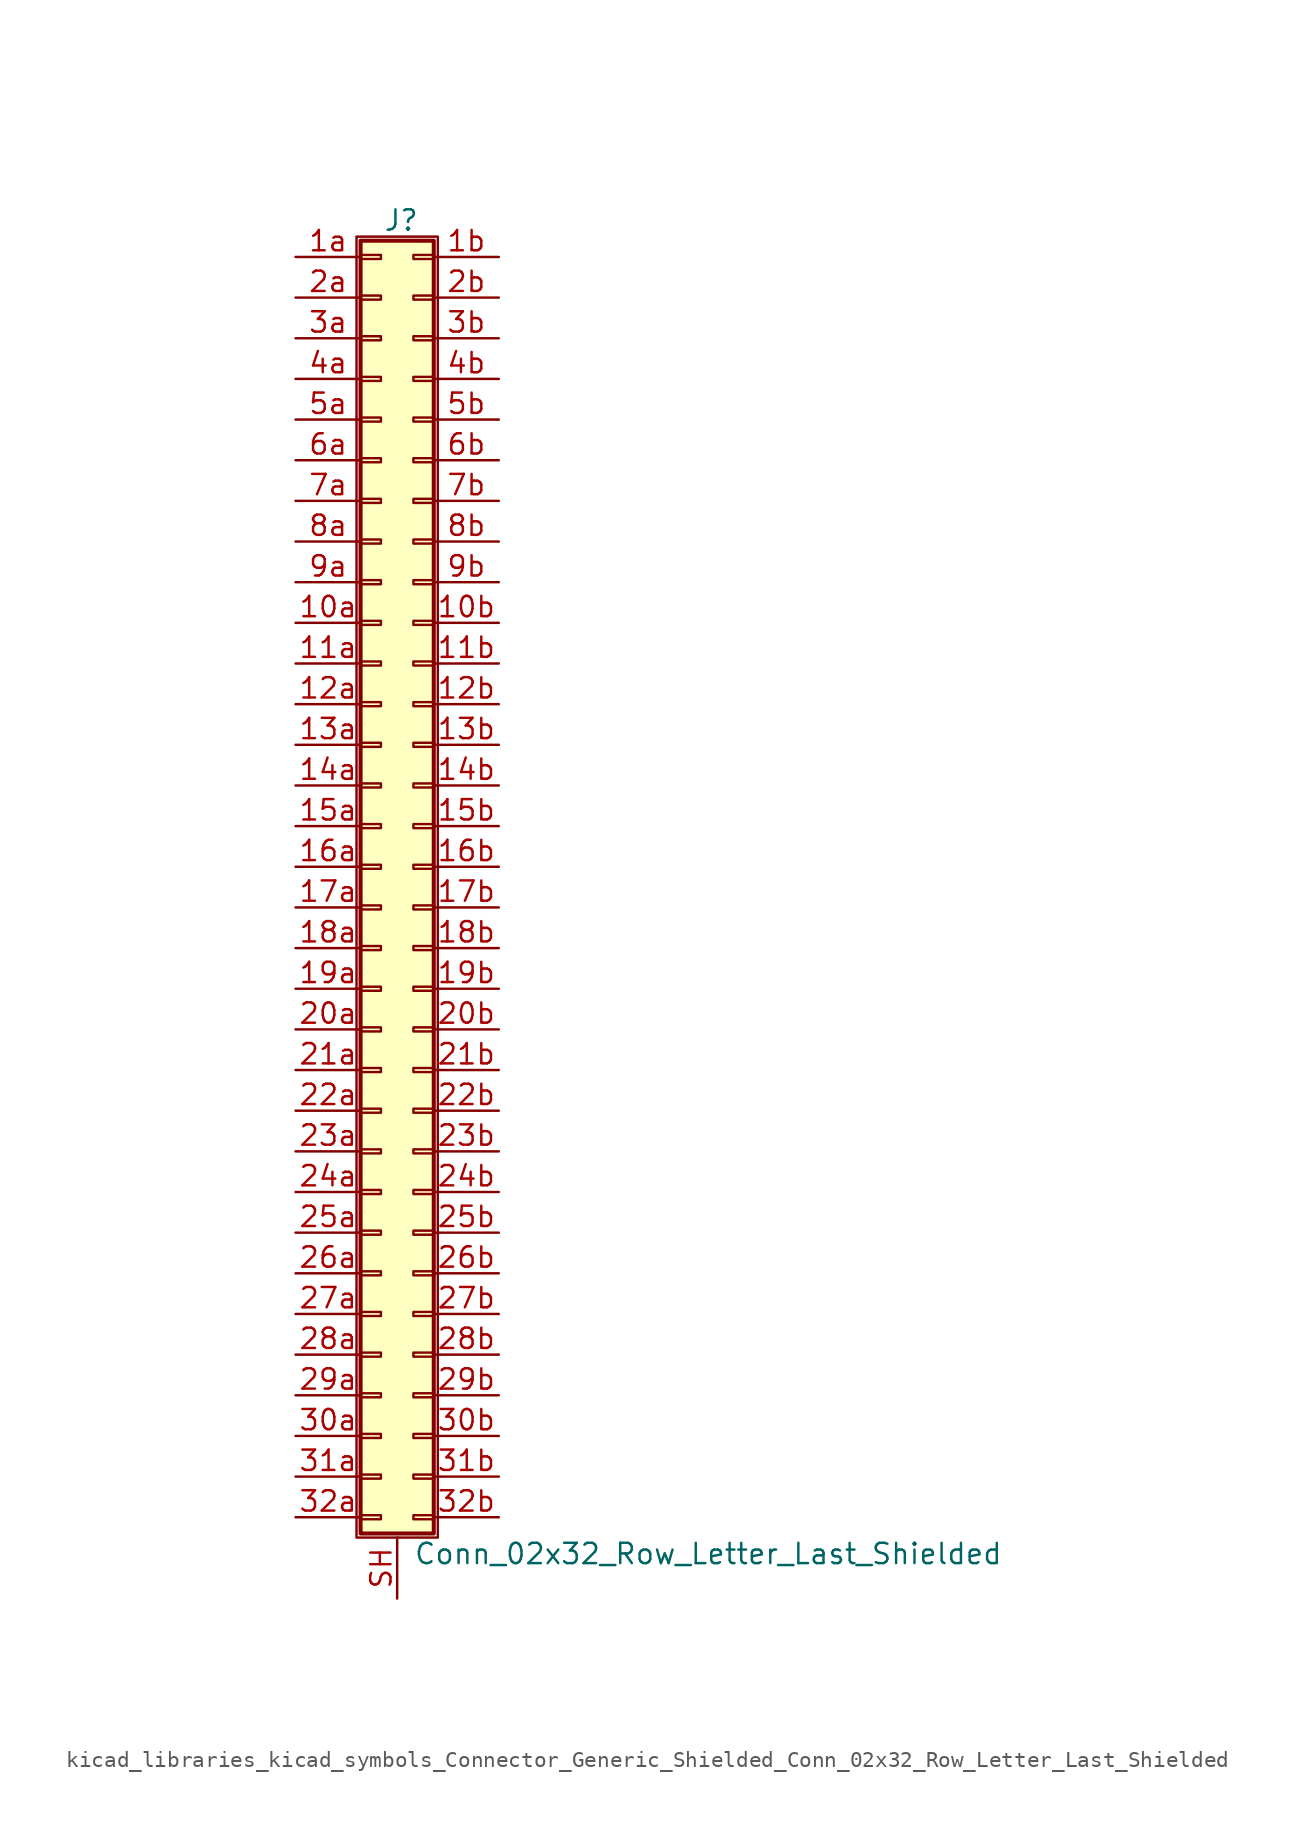
<source format=kicad_sym>
(kicad_symbol_lib
  (version 20220914)
  (generator kicad_symbol_editor)
  (symbol "kicad_libraries_kicad_symbols_Connector_Generic_Shielded_Conn_02x32_Row_Letter_Last_Shielded"
    (pin_names
      (offset 1.016) hide)
    (property "Reference" "J"
      (at 1.524 40.386 0)
      (effects (font (size 1.27 1.27))))
    (property "Value" "Conn_02x32_Row_Letter_Last_Shielded"
      (at 2.286 -42.926 0)
      (effects (font (size 1.27 1.27)) (justify left)))
    (symbol "kicad_libraries_kicad_symbols_Connector_Generic_Shielded_Conn_02x32_Row_Letter_Last_Shielded_1_1"
      (rectangle (start -1.27 39.37) (end 3.81 -41.91) (stroke (width 0.152) (type default)) (fill (type none)))
      (rectangle (start -1.016 -40.513) (end 0.254 -40.767) (stroke (width 0.152) (type default)) (fill (type none)))
      (rectangle (start -1.016 -37.973) (end 0.254 -38.227) (stroke (width 0.152) (type default)) (fill (type none)))
      (rectangle (start -1.016 -35.433) (end 0.254 -35.687) (stroke (width 0.152) (type default)) (fill (type none)))
      (rectangle (start -1.016 -32.893) (end 0.254 -33.147) (stroke (width 0.152) (type default)) (fill (type none)))
      (rectangle (start -1.016 -30.353) (end 0.254 -30.607) (stroke (width 0.152) (type default)) (fill (type none)))
      (rectangle (start -1.016 -27.813) (end 0.254 -28.067) (stroke (width 0.152) (type default)) (fill (type none)))
      (rectangle (start -1.016 -25.273) (end 0.254 -25.527) (stroke (width 0.152) (type default)) (fill (type none)))
      (rectangle (start -1.016 -22.733) (end 0.254 -22.987) (stroke (width 0.152) (type default)) (fill (type none)))
      (rectangle (start -1.016 -20.193) (end 0.254 -20.447) (stroke (width 0.152) (type default)) (fill (type none)))
      (rectangle (start -1.016 -17.653) (end 0.254 -17.907) (stroke (width 0.152) (type default)) (fill (type none)))
      (rectangle (start -1.016 -15.113) (end 0.254 -15.367) (stroke (width 0.152) (type default)) (fill (type none)))
      (rectangle (start -1.016 -12.573) (end 0.254 -12.827) (stroke (width 0.152) (type default)) (fill (type none)))
      (rectangle (start -1.016 -10.033) (end 0.254 -10.287) (stroke (width 0.152) (type default)) (fill (type none)))
      (rectangle (start -1.016 -7.493) (end 0.254 -7.747) (stroke (width 0.152) (type default)) (fill (type none)))
      (rectangle (start -1.016 -4.953) (end 0.254 -5.207) (stroke (width 0.152) (type default)) (fill (type none)))
      (rectangle (start -1.016 -2.413) (end 0.254 -2.667) (stroke (width 0.152) (type default)) (fill (type none)))
      (rectangle (start -1.016 0.127) (end 0.254 -0.127) (stroke (width 0.152) (type default)) (fill (type none)))
      (rectangle (start -1.016 2.667) (end 0.254 2.413) (stroke (width 0.152) (type default)) (fill (type none)))
      (rectangle (start -1.016 5.207) (end 0.254 4.953) (stroke (width 0.152) (type default)) (fill (type none)))
      (rectangle (start -1.016 7.747) (end 0.254 7.493) (stroke (width 0.152) (type default)) (fill (type none)))
      (rectangle (start -1.016 10.287) (end 0.254 10.033) (stroke (width 0.152) (type default)) (fill (type none)))
      (rectangle (start -1.016 12.827) (end 0.254 12.573) (stroke (width 0.152) (type default)) (fill (type none)))
      (rectangle (start -1.016 15.367) (end 0.254 15.113) (stroke (width 0.152) (type default)) (fill (type none)))
      (rectangle (start -1.016 17.907) (end 0.254 17.653) (stroke (width 0.152) (type default)) (fill (type none)))
      (rectangle (start -1.016 20.447) (end 0.254 20.193) (stroke (width 0.152) (type default)) (fill (type none)))
      (rectangle (start -1.016 22.987) (end 0.254 22.733) (stroke (width 0.152) (type default)) (fill (type none)))
      (rectangle (start -1.016 25.527) (end 0.254 25.273) (stroke (width 0.152) (type default)) (fill (type none)))
      (rectangle (start -1.016 28.067) (end 0.254 27.813) (stroke (width 0.152) (type default)) (fill (type none)))
      (rectangle (start -1.016 30.607) (end 0.254 30.353) (stroke (width 0.152) (type default)) (fill (type none)))
      (rectangle (start -1.016 33.147) (end 0.254 32.893) (stroke (width 0.152) (type default)) (fill (type none)))
      (rectangle (start -1.016 35.687) (end 0.254 35.433) (stroke (width 0.152) (type default)) (fill (type none)))
      (rectangle (start -1.016 38.227) (end 0.254 37.973) (stroke (width 0.152) (type default)) (fill (type none)))
      (rectangle (start -1.016 39.116) (end 3.556 -41.656) (stroke (width 0.254) (type default)) (fill (type background)))
      (rectangle (start 3.556 -40.513) (end 2.286 -40.767) (stroke (width 0.152) (type default)) (fill (type none)))
      (rectangle (start 3.556 -37.973) (end 2.286 -38.227) (stroke (width 0.152) (type default)) (fill (type none)))
      (rectangle (start 3.556 -35.433) (end 2.286 -35.687) (stroke (width 0.152) (type default)) (fill (type none)))
      (rectangle (start 3.556 -32.893) (end 2.286 -33.147) (stroke (width 0.152) (type default)) (fill (type none)))
      (rectangle (start 3.556 -30.353) (end 2.286 -30.607) (stroke (width 0.152) (type default)) (fill (type none)))
      (rectangle (start 3.556 -27.813) (end 2.286 -28.067) (stroke (width 0.152) (type default)) (fill (type none)))
      (rectangle (start 3.556 -25.273) (end 2.286 -25.527) (stroke (width 0.152) (type default)) (fill (type none)))
      (rectangle (start 3.556 -22.733) (end 2.286 -22.987) (stroke (width 0.152) (type default)) (fill (type none)))
      (rectangle (start 3.556 -20.193) (end 2.286 -20.447) (stroke (width 0.152) (type default)) (fill (type none)))
      (rectangle (start 3.556 -17.653) (end 2.286 -17.907) (stroke (width 0.152) (type default)) (fill (type none)))
      (rectangle (start 3.556 -15.113) (end 2.286 -15.367) (stroke (width 0.152) (type default)) (fill (type none)))
      (rectangle (start 3.556 -12.573) (end 2.286 -12.827) (stroke (width 0.152) (type default)) (fill (type none)))
      (rectangle (start 3.556 -10.033) (end 2.286 -10.287) (stroke (width 0.152) (type default)) (fill (type none)))
      (rectangle (start 3.556 -7.493) (end 2.286 -7.747) (stroke (width 0.152) (type default)) (fill (type none)))
      (rectangle (start 3.556 -4.953) (end 2.286 -5.207) (stroke (width 0.152) (type default)) (fill (type none)))
      (rectangle (start 3.556 -2.413) (end 2.286 -2.667) (stroke (width 0.152) (type default)) (fill (type none)))
      (rectangle (start 3.556 0.127) (end 2.286 -0.127) (stroke (width 0.152) (type default)) (fill (type none)))
      (rectangle (start 3.556 2.667) (end 2.286 2.413) (stroke (width 0.152) (type default)) (fill (type none)))
      (rectangle (start 3.556 5.207) (end 2.286 4.953) (stroke (width 0.152) (type default)) (fill (type none)))
      (rectangle (start 3.556 7.747) (end 2.286 7.493) (stroke (width 0.152) (type default)) (fill (type none)))
      (rectangle (start 3.556 10.287) (end 2.286 10.033) (stroke (width 0.152) (type default)) (fill (type none)))
      (rectangle (start 3.556 12.827) (end 2.286 12.573) (stroke (width 0.152) (type default)) (fill (type none)))
      (rectangle (start 3.556 15.367) (end 2.286 15.113) (stroke (width 0.152) (type default)) (fill (type none)))
      (rectangle (start 3.556 17.907) (end 2.286 17.653) (stroke (width 0.152) (type default)) (fill (type none)))
      (rectangle (start 3.556 20.447) (end 2.286 20.193) (stroke (width 0.152) (type default)) (fill (type none)))
      (rectangle (start 3.556 22.987) (end 2.286 22.733) (stroke (width 0.152) (type default)) (fill (type none)))
      (rectangle (start 3.556 25.527) (end 2.286 25.273) (stroke (width 0.152) (type default)) (fill (type none)))
      (rectangle (start 3.556 28.067) (end 2.286 27.813) (stroke (width 0.152) (type default)) (fill (type none)))
      (rectangle (start 3.556 30.607) (end 2.286 30.353) (stroke (width 0.152) (type default)) (fill (type none)))
      (rectangle (start 3.556 33.147) (end 2.286 32.893) (stroke (width 0.152) (type default)) (fill (type none)))
      (rectangle (start 3.556 35.687) (end 2.286 35.433) (stroke (width 0.152) (type default)) (fill (type none)))
      (rectangle (start 3.556 38.227) (end 2.286 37.973) (stroke (width 0.152) (type default)) (fill (type none)))
      (pin passive line (at -5.08 15.24 0) (length 4.064) (name "Pin_10a" (effects (font (size 1.27 1.27)))) (number "10a" (effects (font (size 1.27 1.27)))))
      (pin passive line (at 7.62 15.24 180) (length 4.064) (name "Pin_10b" (effects (font (size 1.27 1.27)))) (number "10b" (effects (font (size 1.27 1.27)))))
      (pin passive line (at -5.08 12.7 0) (length 4.064) (name "Pin_11a" (effects (font (size 1.27 1.27)))) (number "11a" (effects (font (size 1.27 1.27)))))
      (pin passive line (at 7.62 12.7 180) (length 4.064) (name "Pin_11b" (effects (font (size 1.27 1.27)))) (number "11b" (effects (font (size 1.27 1.27)))))
      (pin passive line (at -5.08 10.16 0) (length 4.064) (name "Pin_12a" (effects (font (size 1.27 1.27)))) (number "12a" (effects (font (size 1.27 1.27)))))
      (pin passive line (at 7.62 10.16 180) (length 4.064) (name "Pin_12b" (effects (font (size 1.27 1.27)))) (number "12b" (effects (font (size 1.27 1.27)))))
      (pin passive line (at -5.08 7.62 0) (length 4.064) (name "Pin_13a" (effects (font (size 1.27 1.27)))) (number "13a" (effects (font (size 1.27 1.27)))))
      (pin passive line (at 7.62 7.62 180) (length 4.064) (name "Pin_13b" (effects (font (size 1.27 1.27)))) (number "13b" (effects (font (size 1.27 1.27)))))
      (pin passive line (at -5.08 5.08 0) (length 4.064) (name "Pin_14a" (effects (font (size 1.27 1.27)))) (number "14a" (effects (font (size 1.27 1.27)))))
      (pin passive line (at 7.62 5.08 180) (length 4.064) (name "Pin_14b" (effects (font (size 1.27 1.27)))) (number "14b" (effects (font (size 1.27 1.27)))))
      (pin passive line (at -5.08 2.54 0) (length 4.064) (name "Pin_15a" (effects (font (size 1.27 1.27)))) (number "15a" (effects (font (size 1.27 1.27)))))
      (pin passive line (at 7.62 2.54 180) (length 4.064) (name "Pin_15b" (effects (font (size 1.27 1.27)))) (number "15b" (effects (font (size 1.27 1.27)))))
      (pin passive line (at -5.08 0 0) (length 4.064) (name "Pin_16a" (effects (font (size 1.27 1.27)))) (number "16a" (effects (font (size 1.27 1.27)))))
      (pin passive line (at 7.62 0 180) (length 4.064) (name "Pin_16b" (effects (font (size 1.27 1.27)))) (number "16b" (effects (font (size 1.27 1.27)))))
      (pin passive line (at -5.08 -2.54 0) (length 4.064) (name "Pin_17a" (effects (font (size 1.27 1.27)))) (number "17a" (effects (font (size 1.27 1.27)))))
      (pin passive line (at 7.62 -2.54 180) (length 4.064) (name "Pin_17b" (effects (font (size 1.27 1.27)))) (number "17b" (effects (font (size 1.27 1.27)))))
      (pin passive line (at -5.08 -5.08 0) (length 4.064) (name "Pin_18a" (effects (font (size 1.27 1.27)))) (number "18a" (effects (font (size 1.27 1.27)))))
      (pin passive line (at 7.62 -5.08 180) (length 4.064) (name "Pin_18b" (effects (font (size 1.27 1.27)))) (number "18b" (effects (font (size 1.27 1.27)))))
      (pin passive line (at -5.08 -7.62 0) (length 4.064) (name "Pin_19a" (effects (font (size 1.27 1.27)))) (number "19a" (effects (font (size 1.27 1.27)))))
      (pin passive line (at 7.62 -7.62 180) (length 4.064) (name "Pin_19b" (effects (font (size 1.27 1.27)))) (number "19b" (effects (font (size 1.27 1.27)))))
      (pin passive line (at -5.08 38.1 0) (length 4.064) (name "Pin_1a" (effects (font (size 1.27 1.27)))) (number "1a" (effects (font (size 1.27 1.27)))))
      (pin passive line (at 7.62 38.1 180) (length 4.064) (name "Pin_1b" (effects (font (size 1.27 1.27)))) (number "1b" (effects (font (size 1.27 1.27)))))
      (pin passive line (at -5.08 -10.16 0) (length 4.064) (name "Pin_20a" (effects (font (size 1.27 1.27)))) (number "20a" (effects (font (size 1.27 1.27)))))
      (pin passive line (at 7.62 -10.16 180) (length 4.064) (name "Pin_20b" (effects (font (size 1.27 1.27)))) (number "20b" (effects (font (size 1.27 1.27)))))
      (pin passive line (at -5.08 -12.7 0) (length 4.064) (name "Pin_21a" (effects (font (size 1.27 1.27)))) (number "21a" (effects (font (size 1.27 1.27)))))
      (pin passive line (at 7.62 -12.7 180) (length 4.064) (name "Pin_21b" (effects (font (size 1.27 1.27)))) (number "21b" (effects (font (size 1.27 1.27)))))
      (pin passive line (at -5.08 -15.24 0) (length 4.064) (name "Pin_22a" (effects (font (size 1.27 1.27)))) (number "22a" (effects (font (size 1.27 1.27)))))
      (pin passive line (at 7.62 -15.24 180) (length 4.064) (name "Pin_22b" (effects (font (size 1.27 1.27)))) (number "22b" (effects (font (size 1.27 1.27)))))
      (pin passive line (at -5.08 -17.78 0) (length 4.064) (name "Pin_23a" (effects (font (size 1.27 1.27)))) (number "23a" (effects (font (size 1.27 1.27)))))
      (pin passive line (at 7.62 -17.78 180) (length 4.064) (name "Pin_23b" (effects (font (size 1.27 1.27)))) (number "23b" (effects (font (size 1.27 1.27)))))
      (pin passive line (at -5.08 -20.32 0) (length 4.064) (name "Pin_24a" (effects (font (size 1.27 1.27)))) (number "24a" (effects (font (size 1.27 1.27)))))
      (pin passive line (at 7.62 -20.32 180) (length 4.064) (name "Pin_24b" (effects (font (size 1.27 1.27)))) (number "24b" (effects (font (size 1.27 1.27)))))
      (pin passive line (at -5.08 -22.86 0) (length 4.064) (name "Pin_25a" (effects (font (size 1.27 1.27)))) (number "25a" (effects (font (size 1.27 1.27)))))
      (pin passive line (at 7.62 -22.86 180) (length 4.064) (name "Pin_25b" (effects (font (size 1.27 1.27)))) (number "25b" (effects (font (size 1.27 1.27)))))
      (pin passive line (at -5.08 -25.4 0) (length 4.064) (name "Pin_26a" (effects (font (size 1.27 1.27)))) (number "26a" (effects (font (size 1.27 1.27)))))
      (pin passive line (at 7.62 -25.4 180) (length 4.064) (name "Pin_26b" (effects (font (size 1.27 1.27)))) (number "26b" (effects (font (size 1.27 1.27)))))
      (pin passive line (at -5.08 -27.94 0) (length 4.064) (name "Pin_27a" (effects (font (size 1.27 1.27)))) (number "27a" (effects (font (size 1.27 1.27)))))
      (pin passive line (at 7.62 -27.94 180) (length 4.064) (name "Pin_27b" (effects (font (size 1.27 1.27)))) (number "27b" (effects (font (size 1.27 1.27)))))
      (pin passive line (at -5.08 -30.48 0) (length 4.064) (name "Pin_28a" (effects (font (size 1.27 1.27)))) (number "28a" (effects (font (size 1.27 1.27)))))
      (pin passive line (at 7.62 -30.48 180) (length 4.064) (name "Pin_28b" (effects (font (size 1.27 1.27)))) (number "28b" (effects (font (size 1.27 1.27)))))
      (pin passive line (at -5.08 -33.02 0) (length 4.064) (name "Pin_29a" (effects (font (size 1.27 1.27)))) (number "29a" (effects (font (size 1.27 1.27)))))
      (pin passive line (at 7.62 -33.02 180) (length 4.064) (name "Pin_29b" (effects (font (size 1.27 1.27)))) (number "29b" (effects (font (size 1.27 1.27)))))
      (pin passive line (at -5.08 35.56 0) (length 4.064) (name "Pin_2a" (effects (font (size 1.27 1.27)))) (number "2a" (effects (font (size 1.27 1.27)))))
      (pin passive line (at 7.62 35.56 180) (length 4.064) (name "Pin_2b" (effects (font (size 1.27 1.27)))) (number "2b" (effects (font (size 1.27 1.27)))))
      (pin passive line (at -5.08 -35.56 0) (length 4.064) (name "Pin_30a" (effects (font (size 1.27 1.27)))) (number "30a" (effects (font (size 1.27 1.27)))))
      (pin passive line (at 7.62 -35.56 180) (length 4.064) (name "Pin_30b" (effects (font (size 1.27 1.27)))) (number "30b" (effects (font (size 1.27 1.27)))))
      (pin passive line (at -5.08 -38.1 0) (length 4.064) (name "Pin_31a" (effects (font (size 1.27 1.27)))) (number "31a" (effects (font (size 1.27 1.27)))))
      (pin passive line (at 7.62 -38.1 180) (length 4.064) (name "Pin_31b" (effects (font (size 1.27 1.27)))) (number "31b" (effects (font (size 1.27 1.27)))))
      (pin passive line (at -5.08 -40.64 0) (length 4.064) (name "Pin_32a" (effects (font (size 1.27 1.27)))) (number "32a" (effects (font (size 1.27 1.27)))))
      (pin passive line (at 7.62 -40.64 180) (length 4.064) (name "Pin_32b" (effects (font (size 1.27 1.27)))) (number "32b" (effects (font (size 1.27 1.27)))))
      (pin passive line (at -5.08 33.02 0) (length 4.064) (name "Pin_3a" (effects (font (size 1.27 1.27)))) (number "3a" (effects (font (size 1.27 1.27)))))
      (pin passive line (at 7.62 33.02 180) (length 4.064) (name "Pin_3b" (effects (font (size 1.27 1.27)))) (number "3b" (effects (font (size 1.27 1.27)))))
      (pin passive line (at -5.08 30.48 0) (length 4.064) (name "Pin_4a" (effects (font (size 1.27 1.27)))) (number "4a" (effects (font (size 1.27 1.27)))))
      (pin passive line (at 7.62 30.48 180) (length 4.064) (name "Pin_4b" (effects (font (size 1.27 1.27)))) (number "4b" (effects (font (size 1.27 1.27)))))
      (pin passive line (at -5.08 27.94 0) (length 4.064) (name "Pin_5a" (effects (font (size 1.27 1.27)))) (number "5a" (effects (font (size 1.27 1.27)))))
      (pin passive line (at 7.62 27.94 180) (length 4.064) (name "Pin_5b" (effects (font (size 1.27 1.27)))) (number "5b" (effects (font (size 1.27 1.27)))))
      (pin passive line (at -5.08 25.4 0) (length 4.064) (name "Pin_6a" (effects (font (size 1.27 1.27)))) (number "6a" (effects (font (size 1.27 1.27)))))
      (pin passive line (at 7.62 25.4 180) (length 4.064) (name "Pin_6b" (effects (font (size 1.27 1.27)))) (number "6b" (effects (font (size 1.27 1.27)))))
      (pin passive line (at -5.08 22.86 0) (length 4.064) (name "Pin_7a" (effects (font (size 1.27 1.27)))) (number "7a" (effects (font (size 1.27 1.27)))))
      (pin passive line (at 7.62 22.86 180) (length 4.064) (name "Pin_7b" (effects (font (size 1.27 1.27)))) (number "7b" (effects (font (size 1.27 1.27)))))
      (pin passive line (at -5.08 20.32 0) (length 4.064) (name "Pin_8a" (effects (font (size 1.27 1.27)))) (number "8a" (effects (font (size 1.27 1.27)))))
      (pin passive line (at 7.62 20.32 180) (length 4.064) (name "Pin_8b" (effects (font (size 1.27 1.27)))) (number "8b" (effects (font (size 1.27 1.27)))))
      (pin passive line (at -5.08 17.78 0) (length 4.064) (name "Pin_9a" (effects (font (size 1.27 1.27)))) (number "9a" (effects (font (size 1.27 1.27)))))
      (pin passive line (at 7.62 17.78 180) (length 4.064) (name "Pin_9b" (effects (font (size 1.27 1.27)))) (number "9b" (effects (font (size 1.27 1.27)))))
      (pin passive line (at 1.27 -45.72 90) (length 3.81) (name "Shield" (effects (font (size 1.27 1.27)))) (number "SH" (effects (font (size 1.27 1.27))))))))
</source>
